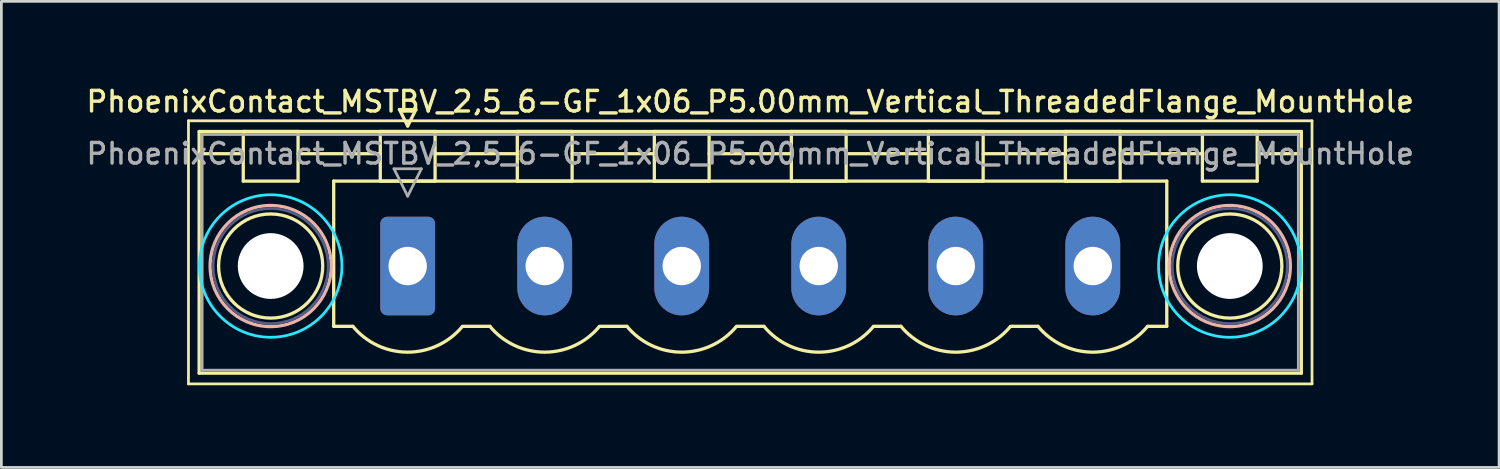
<source format=kicad_pcb>
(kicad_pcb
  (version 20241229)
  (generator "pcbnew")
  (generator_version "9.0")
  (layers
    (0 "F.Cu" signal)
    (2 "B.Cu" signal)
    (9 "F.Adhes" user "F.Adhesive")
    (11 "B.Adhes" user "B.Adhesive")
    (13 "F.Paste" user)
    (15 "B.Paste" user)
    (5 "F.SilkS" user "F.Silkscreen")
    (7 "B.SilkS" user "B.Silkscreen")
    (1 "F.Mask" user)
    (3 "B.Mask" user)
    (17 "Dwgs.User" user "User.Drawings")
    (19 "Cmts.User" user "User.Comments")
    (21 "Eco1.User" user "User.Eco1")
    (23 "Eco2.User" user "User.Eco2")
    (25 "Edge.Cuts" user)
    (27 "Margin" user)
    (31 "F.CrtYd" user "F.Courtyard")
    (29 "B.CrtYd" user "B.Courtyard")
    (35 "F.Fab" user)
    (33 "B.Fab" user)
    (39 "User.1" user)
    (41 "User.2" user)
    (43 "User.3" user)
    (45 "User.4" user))
  (footprint "PhoenixContact_MSTBV_2,5_6-GF_1x06_P5.00mm_Vertical_ThreadedFlange_MountHole"
    (layer "F.Cu")
    (at 11.827 6.658)
    (property "Reference" "PhoenixContact_MSTBV_2,5_6-GF_1x06_P5.00mm_Vertical_ThreadedFlange_MountHole" (at 12.5 -6 0) (layer "F.SilkS") (effects (font (size 0.75 0.75) (thickness 0.125))))
    (attr through_hole)
    (fp_line (start -8 -5.3) (end -8 4.3) (stroke (width 0.1) (type solid)) (layer "F.SilkS"))
    (fp_line (start -8 4.3) (end 33 4.3) (stroke (width 0.1) (type solid)) (layer "F.SilkS"))
    (fp_line (start -7.61 -4.91) (end -7.61 3.91) (stroke (width 0.12) (type solid)) (layer "F.SilkS"))
    (fp_line (start -7.61 -4.1) (end -6.11 -4.1) (stroke (width 0.12) (type solid)) (layer "F.SilkS"))
    (fp_line (start -7.61 3.91) (end 32.61 3.91) (stroke (width 0.12) (type solid)) (layer "F.SilkS"))
    (fp_line (start -6 -4.91) (end -4 -4.91) (stroke (width 0.12) (type solid)) (layer "F.SilkS"))
    (fp_line (start -6 -3.1) (end -6 -4.91) (stroke (width 0.12) (type solid)) (layer "F.SilkS"))
    (fp_line (start -4 -4.91) (end -4 -3.1) (stroke (width 0.12) (type solid)) (layer "F.SilkS"))
    (fp_line (start -4 -4.1) (end -1 -4.1) (stroke (width 0.12) (type solid)) (layer "F.SilkS"))
    (fp_line (start -4 -3.1) (end -6 -3.1) (stroke (width 0.12) (type solid)) (layer "F.SilkS"))
    (fp_line (start -2.7 -3.1) (end 27.7 -3.1) (stroke (width 0.12) (type solid)) (layer "F.SilkS"))
    (fp_line (start -2.7 2.2) (end -2.7 -3.1) (stroke (width 0.12) (type solid)) (layer "F.SilkS"))
    (fp_line (start -2 2.2) (end -2.7 2.2) (stroke (width 0.12) (type solid)) (layer "F.SilkS"))
    (fp_line (start -1 -4.91) (end 1 -4.91) (stroke (width 0.12) (type solid)) (layer "F.SilkS"))
    (fp_line (start -1 -3.1) (end -1 -4.91) (stroke (width 0.12) (type solid)) (layer "F.SilkS"))
    (fp_line (start -0.3 -5.71) (end 0.3 -5.71) (stroke (width 0.12) (type solid)) (layer "F.SilkS"))
    (fp_line (start 0 -5.11) (end -0.3 -5.71) (stroke (width 0.12) (type solid)) (layer "F.SilkS"))
    (fp_line (start 0.3 -5.71) (end 0 -5.11) (stroke (width 0.12) (type solid)) (layer "F.SilkS"))
    (fp_line (start 1 -4.91) (end 1 -3.1) (stroke (width 0.12) (type solid)) (layer "F.SilkS"))
    (fp_line (start 1 -4.1) (end 4 -4.1) (stroke (width 0.12) (type solid)) (layer "F.SilkS"))
    (fp_line (start 1 -3.1) (end -1 -3.1) (stroke (width 0.12) (type solid)) (layer "F.SilkS"))
    (fp_line (start 2 2.2) (end 3 2.2) (stroke (width 0.12) (type solid)) (layer "F.SilkS"))
    (fp_line (start 4 -4.91) (end 6 -4.91) (stroke (width 0.12) (type solid)) (layer "F.SilkS"))
    (fp_line (start 4 -3.1) (end 4 -4.91) (stroke (width 0.12) (type solid)) (layer "F.SilkS"))
    (fp_line (start 6 -4.91) (end 6 -3.1) (stroke (width 0.12) (type solid)) (layer "F.SilkS"))
    (fp_line (start 6 -4.1) (end 9 -4.1) (stroke (width 0.12) (type solid)) (layer "F.SilkS"))
    (fp_line (start 6 -3.1) (end 4 -3.1) (stroke (width 0.12) (type solid)) (layer "F.SilkS"))
    (fp_line (start 7 2.2) (end 8 2.2) (stroke (width 0.12) (type solid)) (layer "F.SilkS"))
    (fp_line (start 9 -4.91) (end 11 -4.91) (stroke (width 0.12) (type solid)) (layer "F.SilkS"))
    (fp_line (start 9 -3.1) (end 9 -4.91) (stroke (width 0.12) (type solid)) (layer "F.SilkS"))
    (fp_line (start 11 -4.91) (end 11 -3.1) (stroke (width 0.12) (type solid)) (layer "F.SilkS"))
    (fp_line (start 11 -4.1) (end 14 -4.1) (stroke (width 0.12) (type solid)) (layer "F.SilkS"))
    (fp_line (start 11 -3.1) (end 9 -3.1) (stroke (width 0.12) (type solid)) (layer "F.SilkS"))
    (fp_line (start 12 2.2) (end 13 2.2) (stroke (width 0.12) (type solid)) (layer "F.SilkS"))
    (fp_line (start 14 -4.91) (end 16 -4.91) (stroke (width 0.12) (type solid)) (layer "F.SilkS"))
    (fp_line (start 14 -3.1) (end 14 -4.91) (stroke (width 0.12) (type solid)) (layer "F.SilkS"))
    (fp_line (start 16 -4.91) (end 16 -3.1) (stroke (width 0.12) (type solid)) (layer "F.SilkS"))
    (fp_line (start 16 -4.1) (end 19 -4.1) (stroke (width 0.12) (type solid)) (layer "F.SilkS"))
    (fp_line (start 16 -3.1) (end 14 -3.1) (stroke (width 0.12) (type solid)) (layer "F.SilkS"))
    (fp_line (start 17 2.2) (end 18 2.2) (stroke (width 0.12) (type solid)) (layer "F.SilkS"))
    (fp_line (start 19 -4.91) (end 21 -4.91) (stroke (width 0.12) (type solid)) (layer "F.SilkS"))
    (fp_line (start 19 -3.1) (end 19 -4.91) (stroke (width 0.12) (type solid)) (layer "F.SilkS"))
    (fp_line (start 21 -4.91) (end 21 -3.1) (stroke (width 0.12) (type solid)) (layer "F.SilkS"))
    (fp_line (start 21 -4.1) (end 24 -4.1) (stroke (width 0.12) (type solid)) (layer "F.SilkS"))
    (fp_line (start 21 -3.1) (end 19 -3.1) (stroke (width 0.12) (type solid)) (layer "F.SilkS"))
    (fp_line (start 22 2.2) (end 23 2.2) (stroke (width 0.12) (type solid)) (layer "F.SilkS"))
    (fp_line (start 24 -4.91) (end 26 -4.91) (stroke (width 0.12) (type solid)) (layer "F.SilkS"))
    (fp_line (start 24 -3.1) (end 24 -4.91) (stroke (width 0.12) (type solid)) (layer "F.SilkS"))
    (fp_line (start 26 -4.91) (end 26 -3.1) (stroke (width 0.12) (type solid)) (layer "F.SilkS"))
    (fp_line (start 26 -4.1) (end 29 -4.1) (stroke (width 0.12) (type solid)) (layer "F.SilkS"))
    (fp_line (start 26 -3.1) (end 24 -3.1) (stroke (width 0.12) (type solid)) (layer "F.SilkS"))
    (fp_line (start 27.7 -3.1) (end 27.7 2.2) (stroke (width 0.12) (type solid)) (layer "F.SilkS"))
    (fp_line (start 27.7 2.2) (end 27 2.2) (stroke (width 0.12) (type solid)) (layer "F.SilkS"))
    (fp_line (start 29 -4.91) (end 31 -4.91) (stroke (width 0.12) (type solid)) (layer "F.SilkS"))
    (fp_line (start 29 -3.1) (end 29 -4.91) (stroke (width 0.12) (type solid)) (layer "F.SilkS"))
    (fp_line (start 31 -4.91) (end 31 -3.1) (stroke (width 0.12) (type solid)) (layer "F.SilkS"))
    (fp_line (start 31 -3.1) (end 29 -3.1) (stroke (width 0.12) (type solid)) (layer "F.SilkS"))
    (fp_line (start 32.61 -4.91) (end -7.61 -4.91) (stroke (width 0.12) (type solid)) (layer "F.SilkS"))
    (fp_line (start 32.61 -4.1) (end 31.11 -4.1) (stroke (width 0.12) (type solid)) (layer "F.SilkS"))
    (fp_line (start 32.61 3.91) (end 32.61 -4.91) (stroke (width 0.12) (type solid)) (layer "F.SilkS"))
    (fp_line (start 33 -5.3) (end -8 -5.3) (stroke (width 0.1) (type solid)) (layer "F.SilkS"))
    (fp_line (start 33 4.3) (end 33 -5.3) (stroke (width 0.1) (type solid)) (layer "F.SilkS"))
    (fp_arc (start 1.986842 2.215821) (mid -0.010289 3.142758) (end -2 2.2) (stroke (width 0.12) (type solid)) (layer "F.SilkS"))
    (fp_arc (start 6.986842 2.215821) (mid 4.989711 3.142758) (end 3 2.2) (stroke (width 0.12) (type solid)) (layer "F.SilkS"))
    (fp_arc (start 11.986842 2.215821) (mid 9.989711 3.142758) (end 8 2.2) (stroke (width 0.12) (type solid)) (layer "F.SilkS"))
    (fp_arc (start 16.986842 2.215821) (mid 14.989711 3.142758) (end 13 2.2) (stroke (width 0.12) (type solid)) (layer "F.SilkS"))
    (fp_arc (start 21.986842 2.215821) (mid 19.989711 3.142758) (end 18 2.2) (stroke (width 0.12) (type solid)) (layer "F.SilkS"))
    (fp_arc (start 26.986842 2.215821) (mid 24.989711 3.142758) (end 23 2.2) (stroke (width 0.12) (type solid)) (layer "F.SilkS"))
    (fp_circle (center -5 0) (end -3.1 0) (stroke (width 0.12) (type solid)) (fill no) (layer "F.SilkS"))
    (fp_circle (center 30 0) (end 31.9 0) (stroke (width 0.12) (type solid)) (fill no) (layer "F.SilkS"))
    (fp_circle (center -5 0) (end -2.79 0) (stroke (width 0.12) (type solid)) (fill no) (layer "B.SilkS"))
    (fp_circle (center 30 0) (end 32.21 0) (stroke (width 0.12) (type solid)) (fill no) (layer "B.SilkS"))
    (fp_circle (center -5 0) (end -2.4 0) (stroke (width 0.1) (type solid)) (fill no) (layer "B.CrtYd"))
    (fp_circle (center 30 0) (end 32.6 0) (stroke (width 0.1) (type solid)) (fill no) (layer "B.CrtYd"))
    (fp_circle (center -5 0) (end -2.9 0) (stroke (width 0.1) (type solid)) (fill no) (layer "B.Fab"))
    (fp_circle (center 30 0) (end 32.1 0) (stroke (width 0.1) (type solid)) (fill no) (layer "B.Fab"))
    (fp_line (start -7.5 -4.8) (end -7.5 3.8) (stroke (width 0.1) (type solid)) (layer "F.Fab"))
    (fp_line (start -7.5 3.8) (end 32.5 3.8) (stroke (width 0.1) (type solid)) (layer "F.Fab"))
    (fp_line (start -0.5 -3.55) (end 0.5 -3.55) (stroke (width 0.1) (type solid)) (layer "F.Fab"))
    (fp_line (start 0 -2.55) (end -0.5 -3.55) (stroke (width 0.1) (type solid)) (layer "F.Fab"))
    (fp_line (start 0.5 -3.55) (end 0 -2.55) (stroke (width 0.1) (type solid)) (layer "F.Fab"))
    (fp_line (start 32.5 -4.8) (end -7.5 -4.8) (stroke (width 0.1) (type solid)) (layer "F.Fab"))
    (fp_line (start 32.5 3.8) (end 32.5 -4.8) (stroke (width 0.1) (type solid)) (layer "F.Fab"))
    (fp_text user "${REFERENCE}" (at 12.5 -4.1 0) (layer "F.Fab") (effects (font (size 0.75 0.75) (thickness 0.125))))
    (pad "" np_thru_hole circle (at -5 0) (size 2.4 2.4) (drill 2.4) (layers "*.Cu" "*.Mask"))
    (pad "" np_thru_hole circle (at 30 0) (size 2.4 2.4) (drill 2.4) (layers "*.Cu" "*.Mask"))
    (pad "1" thru_hole roundrect (at 0 0) (size 2 3.6) (drill 1.4) (layers "*.Cu" "*.Mask") (roundrect_rratio 0.125))
    (pad "2" thru_hole oval (at 5 0) (size 2 3.6) (drill 1.4) (layers "*.Cu" "*.Mask"))
    (pad "3" thru_hole oval (at 10 0) (size 2 3.6) (drill 1.4) (layers "*.Cu" "*.Mask"))
    (pad "4" thru_hole oval (at 15 0) (size 2 3.6) (drill 1.4) (layers "*.Cu" "*.Mask"))
    (pad "5" thru_hole oval (at 20 0) (size 2 3.6) (drill 1.4) (layers "*.Cu" "*.Mask"))
    (pad "6" thru_hole oval (at 25 0) (size 2 3.6) (drill 1.4) (layers "*.Cu" "*.Mask")))
  (gr_rect
    (start -3 -3)
    (end 51.654 14.008)
    (stroke (width 0.1) (type default))
    (fill no)
    (layer "Edge.Cuts")))
</source>
